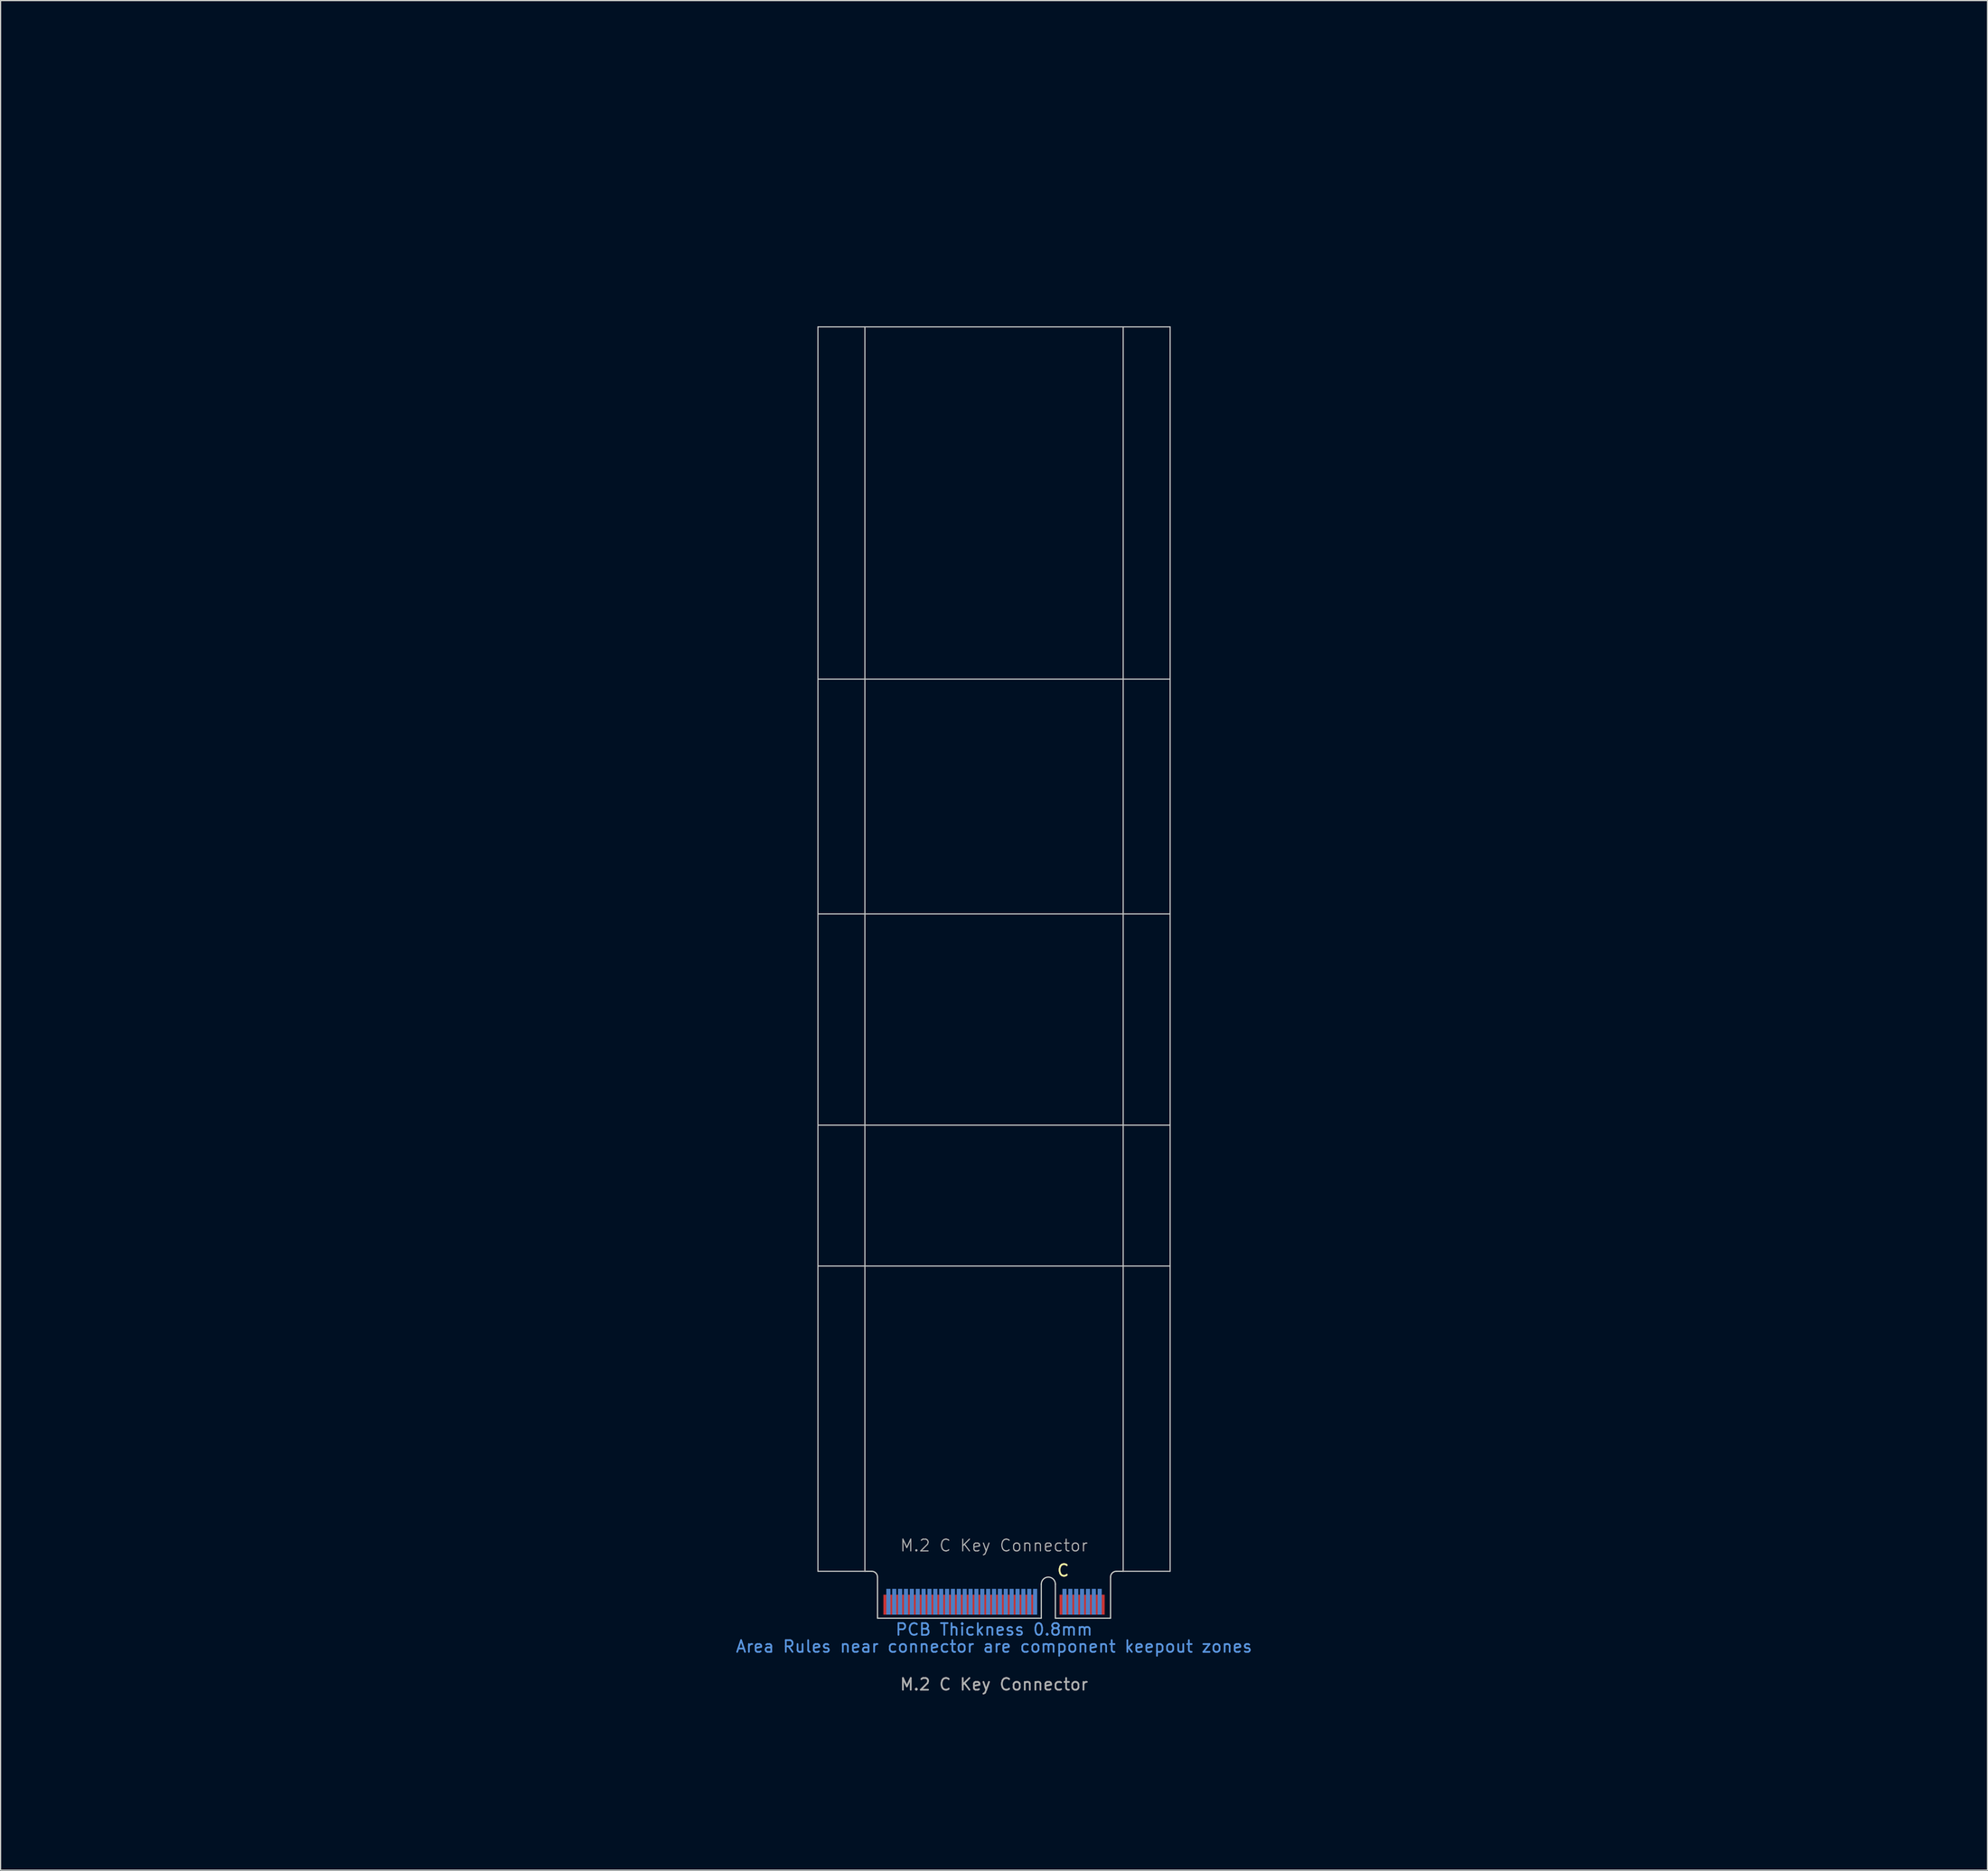
<source format=kicad_pcb>
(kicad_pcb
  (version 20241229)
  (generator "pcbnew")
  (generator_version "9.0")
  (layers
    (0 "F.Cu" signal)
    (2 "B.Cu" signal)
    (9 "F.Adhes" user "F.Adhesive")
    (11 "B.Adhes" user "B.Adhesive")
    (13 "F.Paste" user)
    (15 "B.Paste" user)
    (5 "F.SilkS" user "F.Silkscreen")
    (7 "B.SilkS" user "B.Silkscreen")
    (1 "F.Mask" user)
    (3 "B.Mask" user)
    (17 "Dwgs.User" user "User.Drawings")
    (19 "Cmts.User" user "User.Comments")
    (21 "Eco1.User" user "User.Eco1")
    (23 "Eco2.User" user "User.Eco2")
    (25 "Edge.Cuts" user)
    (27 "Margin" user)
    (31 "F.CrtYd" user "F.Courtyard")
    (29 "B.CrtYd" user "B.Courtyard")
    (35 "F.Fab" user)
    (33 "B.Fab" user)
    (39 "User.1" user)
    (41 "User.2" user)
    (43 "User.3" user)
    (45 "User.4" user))
  (footprint "M.2 C Key Connector"
    (layer "F.Cu")
    (at 81.624 133.687)
    (property "Reference" "M.2 C Key Connector" (at 0 -5.08 0) (unlocked yes) (layer "F.Fab") (effects (font (size 1 1) (thickness 0.1))))
    (attr exclude_from_pos_files exclude_from_bom)
    (fp_rect (start -9.925 -0.94) (end 9.925 1.11) (stroke (width 0) (type default)) (fill yes) (layer "F.Mask"))
    (fp_rect (start -9.925 -1.44) (end 9.925 1.11) (stroke (width 0) (type default)) (fill yes) (layer "B.Mask"))
    (fp_line (start -15 -108.89) (end 15 -108.89) (stroke (width 0.1) (type default)) (layer "Dwgs.User"))
    (fp_line (start -15 -78.89) (end 15 -78.89) (stroke (width 0.1) (type default)) (layer "Dwgs.User"))
    (fp_line (start -15 -58.89) (end 15 -58.89) (stroke (width 0.1) (type default)) (layer "Dwgs.User"))
    (fp_line (start -15 -40.89) (end 15 -40.89) (stroke (width 0.1) (type default)) (layer "Dwgs.User"))
    (fp_line (start -15 -28.89) (end 15 -28.89) (stroke (width 0.1) (type default)) (layer "Dwgs.User"))
    (fp_line (start -15 -2.89) (end -15 -108.89) (stroke (width 0.1) (type default)) (layer "Dwgs.User"))
    (fp_line (start -11 -2.89) (end -15 -2.89) (stroke (width 0.1) (type default)) (layer "Dwgs.User"))
    (fp_line (start -11 -2.89) (end -11 -108.89) (stroke (width 0.1) (type default)) (layer "Dwgs.User"))
    (fp_line (start 11 -108.89) (end 11 -2.89) (stroke (width 0.1) (type default)) (layer "Dwgs.User"))
    (fp_line (start 11 -2.89) (end 15 -2.89) (stroke (width 0.1) (type default)) (layer "Dwgs.User"))
    (fp_line (start 15 -108.89) (end 15 -2.89) (stroke (width 0.1) (type default)) (layer "Dwgs.User"))
    (fp_line (start -11 -2.89) (end -10.425 -2.89) (stroke (width 0.1) (type default)) (layer "Edge.Cuts"))
    (fp_line (start -9.925 -2.39) (end -9.925 1.11) (stroke (width 0.1) (type default)) (layer "Edge.Cuts"))
    (fp_line (start 4.025 -1.79) (end 4.025 1.11) (stroke (width 0.1) (type default)) (layer "Edge.Cuts"))
    (fp_line (start 4.025 1.11) (end -9.925 1.11) (stroke (width 0.1) (type default)) (layer "Edge.Cuts"))
    (fp_line (start 5.225 -1.79) (end 5.225 1.11) (stroke (width 0.1) (type default)) (layer "Edge.Cuts"))
    (fp_line (start 5.225 1.11) (end 9.925 1.11) (stroke (width 0.1) (type default)) (layer "Edge.Cuts"))
    (fp_line (start 9.925 -2.39) (end 9.925 1.11) (stroke (width 0.1) (type default)) (layer "Edge.Cuts"))
    (fp_line (start 10.425 -2.89) (end 11 -2.89) (stroke (width 0.1) (type default)) (layer "Edge.Cuts"))
    (fp_arc (start -10.425 -2.89) (mid -10.071447 -2.743553) (end -9.925 -2.39) (stroke (width 0.1) (type default)) (layer "Edge.Cuts"))
    (fp_arc (start 4.025 -1.79) (mid 4.625 -2.39) (end 5.225 -1.79) (stroke (width 0.1) (type default)) (layer "Edge.Cuts"))
    (fp_arc (start 9.925 -2.39) (mid 10.071447 -2.743553) (end 10.425 -2.89) (stroke (width 0.1) (type default)) (layer "Edge.Cuts"))
    (fp_line (start -0.71 -109.6) (end 0.71 -108.18) (stroke (width 0.15) (type default)) (layer "User.3"))
    (fp_line (start -0.71 -79.6) (end 0.71 -78.18) (stroke (width 0.15) (type default)) (layer "User.3"))
    (fp_line (start -0.71 -59.6) (end 0.71 -58.18) (stroke (width 0.15) (type default)) (layer "User.3"))
    (fp_line (start -0.71 -41.6) (end 0.71 -40.18) (stroke (width 0.15) (type default)) (layer "User.3"))
    (fp_line (start -0.71 -29.6) (end 0.71 -28.18) (stroke (width 0.15) (type default)) (layer "User.3"))
    (fp_line (start 0.71 -109.6) (end -0.71 -108.18) (stroke (width 0.15) (type default)) (layer "User.3"))
    (fp_line (start 0.71 -79.6) (end -0.71 -78.18) (stroke (width 0.15) (type default)) (layer "User.3"))
    (fp_line (start 0.71 -59.6) (end -0.71 -58.18) (stroke (width 0.15) (type default)) (layer "User.3"))
    (fp_line (start 0.71 -41.6) (end -0.71 -40.18) (stroke (width 0.15) (type default)) (layer "User.3"))
    (fp_line (start 0.71 -29.6) (end -0.71 -28.18) (stroke (width 0.15) (type default)) (layer "User.3"))
    (fp_rect (start -15 -108.89) (end 15 -105.09) (stroke (width 0.1) (type default)) (fill no) (layer "User.4"))
    (fp_rect (start -15 -78.89) (end 15 -75.09) (stroke (width 0.1) (type default)) (fill no) (layer "User.4"))
    (fp_rect (start -15 -58.89) (end 15 -55.09) (stroke (width 0.1) (type default)) (fill no) (layer "User.4"))
    (fp_rect (start -15 -40.89) (end 15 -37.09) (stroke (width 0.1) (type default)) (fill no) (layer "User.4"))
    (fp_rect (start -15 -28.89) (end 15 -25.09) (stroke (width 0.1) (type default)) (fill no) (layer "User.4"))
    (fp_text user "C" (at 5.29 -2.37 0) (unlocked yes) (layer "F.SilkS") (effects (font (size 1 1) (thickness 0.15)) (justify left bottom)))
    (fp_text user "PCB Thickness 0.8mm" (at 0 2.075 0) (unlocked yes) (layer "Cmts.User") (effects (font (size 1 1) (thickness 0.15))))
    (fp_text user "Area Rules near connector are component keepout zones" (at 0 3.525 0) (unlocked yes) (layer "Cmts.User") (effects (font (size 1 1) (thickness 0.15))))
    (fp_text user "${REFERENCE}" (at 0 6.75 0) (unlocked yes) (layer "F.Fab") (effects (font (size 1 1) (thickness 0.15))))
    (fp_text user "Standard 22, 30mm widths and 30, 42, 60, 80, 110mm lengths shown in Blue (User.2 Layer)" (at 0 18.055 0) (unlocked yes) (layer "User.2") (effects (font (size 2 2) (thickness 0.2))))
    (fp_text user "Place grounded \"M.2 Mounting Pad\" footprint from library on Teal (User.3 Layer) X's" (at 0 13.4 0) (unlocked yes) (layer "User.3") (effects (font (size 2 2) (thickness 0.2))))
    (fp_text user "Yellow areas (User.4 Layer) reserverd for RF recepticals or for components when no RF recepticals used." (at 0 8.83 0) (unlocked yes) (layer "User.4") (effects (font (size 2 2) (thickness 0.2))))
    (dimension (type orthogonal) (layer "User.2") (pts (xy 91.549 134.797) (xy 96.624 74.797)) (height 45.245) (orientation 1) (format (prefix "") (suffix "") (units 3) (units_format 0) (precision 4) (suppress_zeroes yes)) (style (thickness 0.1) (arrow_length 1.27) (text_position_mode 0) (arrow_direction outward) (extension_height 0.586) (extension_offset 0.5) (keep_text_aligned yes)) (gr_text "60" (at 133.494 104.797 90) (layer "User.2") (effects (font (size 3 3) (thickness 0.3)))))
    (dimension (type orthogonal) (layer "User.2") (pts (xy 66.624 23.687) (xy 96.624 23.687)) (height -17.83) (orientation 0) (format (prefix "") (suffix "") (units 3) (units_format 0) (precision 4) (suppress_zeroes yes)) (style (thickness 0.1) (arrow_length 1.27) (text_position_mode 0) (arrow_direction outward) (extension_height 0.586) (extension_offset 0.5) (keep_text_aligned yes)) (gr_text "30" (at 81.624 2.457 0) (layer "User.2") (effects (font (size 3 3) (thickness 0.4)))))
    (dimension (type orthogonal) (layer "User.2") (pts (xy 91.549 134.797) (xy 96.624 104.797)) (height 20.795) (orientation 1) (format (prefix "") (suffix "") (units 3) (units_format 0) (precision 4) (suppress_zeroes yes)) (style (thickness 0.1) (arrow_length 1.27) (text_position_mode 0) (arrow_direction outward) (extension_height 0.586) (extension_offset 0.5) (keep_text_aligned yes)) (gr_text "30" (at 109.044 119.797 90) (layer "User.2") (effects (font (size 3 3) (thickness 0.3)))))
    (dimension (type orthogonal) (layer "User.2") (pts (xy 91.549 134.797) (xy 96.624 24.797)) (height 69.74) (orientation 1) (format (prefix "") (suffix "") (units 3) (units_format 0) (precision 4) (suppress_zeroes yes)) (style (thickness 0.1) (arrow_length 1.27) (text_position_mode 0) (arrow_direction outward) (extension_height 0.586) (extension_offset 0.5) (keep_text_aligned yes)) (gr_text "110" (at 157.989 79.797 90) (layer "User.2") (effects (font (size 3 3) (thickness 0.3)))))
    (dimension (type orthogonal) (layer "User.2") (pts (xy 70.624 24.797) (xy 92.624 24.797)) (height -12.48) (orientation 0) (format (prefix "") (suffix "") (units 3) (units_format 0) (precision 4) (suppress_zeroes yes)) (style (thickness 0.1) (arrow_length 1.27) (text_position_mode 0) (arrow_direction outward) (extension_height 0.586) (extension_offset 0.5) (keep_text_aligned yes)) (gr_text "22" (at 81.624 8.917 0) (layer "User.2") (effects (font (size 3 3) (thickness 0.4)))))
    (dimension (type orthogonal) (layer "User.2") (pts (xy 91.549 134.797) (xy 96.624 92.797)) (height 32.695) (orientation 1) (format (prefix "") (suffix "") (units 3) (units_format 0) (precision 4) (suppress_zeroes yes)) (style (thickness 0.1) (arrow_length 1.27) (text_position_mode 0) (arrow_direction outward) (extension_height 0.586) (extension_offset 0.5) (keep_text_aligned yes)) (gr_text "42" (at 120.944 113.797 90) (layer "User.2") (effects (font (size 3 3) (thickness 0.3)))))
    (dimension (type orthogonal) (layer "User.2") (pts (xy 91.534 134.797) (xy 96.624 54.797)) (height 58.985) (orientation 1) (format (prefix "") (suffix "") (units 3) (units_format 0) (precision 4) (suppress_zeroes yes)) (style (thickness 0.1) (arrow_length 1.27) (text_position_mode 0) (arrow_direction outward) (extension_height 0.586) (extension_offset 0.5) (keep_text_aligned yes)) (gr_text "80" (at 147.219 94.797 90) (layer "User.2") (effects (font (size 3 3) (thickness 0.3)))))
    (pad "1" smd rect (at 9.25 -0.04 180) (size 0.35 1.7) (layers "F.Cu"))
    (pad "2" smd rect (at 9 -0.29 180) (size 0.35 2.2) (layers "B.Cu"))
    (pad "3" smd rect (at 8.75 -0.04 180) (size 0.35 1.7) (layers "F.Cu"))
    (pad "4" smd rect (at 8.5 -0.29 180) (size 0.35 2.2) (layers "B.Cu"))
    (pad "5" smd rect (at 8.25 -0.04 180) (size 0.35 1.7) (layers "F.Cu"))
    (pad "6" smd rect (at 8 -0.29 180) (size 0.35 2.2) (layers "B.Cu"))
    (pad "7" smd rect (at 7.75 -0.04 180) (size 0.35 1.7) (layers "F.Cu"))
    (pad "8" smd rect (at 7.5 -0.29 180) (size 0.35 2.2) (layers "B.Cu"))
    (pad "9" smd rect (at 7.25 -0.04 180) (size 0.35 1.7) (layers "F.Cu"))
    (pad "10" smd rect (at 7 -0.29 180) (size 0.35 2.2) (layers "B.Cu"))
    (pad "11" smd rect (at 6.75 -0.04 180) (size 0.35 1.7) (layers "F.Cu"))
    (pad "12" smd rect (at 6.5 -0.29 180) (size 0.35 2.2) (layers "B.Cu"))
    (pad "13" smd rect (at 6.25 -0.04 180) (size 0.35 1.7) (layers "F.Cu"))
    (pad "14" smd rect (at 6 -0.29 180) (size 0.35 2.2) (layers "B.Cu"))
    (pad "15" smd rect (at 5.75 -0.04 180) (size 0.35 1.7) (layers "F.Cu"))
    (pad "24" smd rect (at 3.5 -0.29 180) (size 0.35 2.2) (layers "B.Cu"))
    (pad "25" smd rect (at 3.25 -0.04 180) (size 0.35 1.7) (layers "F.Cu"))
    (pad "26" smd rect (at 3 -0.29 180) (size 0.35 2.2) (layers "B.Cu"))
    (pad "27" smd rect (at 2.75 -0.04 180) (size 0.35 1.7) (layers "F.Cu"))
    (pad "28" smd rect (at 2.5 -0.29 180) (size 0.35 2.2) (layers "B.Cu"))
    (pad "29" smd rect (at 2.25 -0.04 180) (size 0.35 1.7) (layers "F.Cu"))
    (pad "30" smd rect (at 2 -0.29 180) (size 0.35 2.2) (layers "B.Cu"))
    (pad "31" smd rect (at 1.75 -0.04 180) (size 0.35 1.7) (layers "F.Cu"))
    (pad "32" smd rect (at 1.5 -0.29 180) (size 0.35 2.2) (layers "B.Cu"))
    (pad "33" smd rect (at 1.25 -0.04 180) (size 0.35 1.7) (layers "F.Cu"))
    (pad "34" smd rect (at 1 -0.29 180) (size 0.35 2.2) (layers "B.Cu"))
    (pad "35" smd rect (at 0.75 -0.04 180) (size 0.35 1.7) (layers "F.Cu"))
    (pad "36" smd rect (at 0.5 -0.29 180) (size 0.35 2.2) (layers "B.Cu"))
    (pad "37" smd rect (at 0.25 -0.04 180) (size 0.35 1.7) (layers "F.Cu"))
    (pad "38" smd rect (at 0 -0.29 180) (size 0.35 2.2) (layers "B.Cu"))
    (pad "39" smd rect (at -0.25 -0.04 180) (size 0.35 1.7) (layers "F.Cu"))
    (pad "40" smd rect (at -0.5 -0.29 180) (size 0.35 2.2) (layers "B.Cu"))
    (pad "41" smd rect (at -0.75 -0.04 180) (size 0.35 1.7) (layers "F.Cu"))
    (pad "42" smd rect (at -1 -0.29 180) (size 0.35 2.2) (layers "B.Cu"))
    (pad "43" smd rect (at -1.25 -0.04 180) (size 0.35 1.7) (layers "F.Cu"))
    (pad "44" smd rect (at -1.5 -0.29 180) (size 0.35 2.2) (layers "B.Cu"))
    (pad "45" smd rect (at -1.75 -0.04 180) (size 0.35 1.7) (layers "F.Cu"))
    (pad "46" smd rect (at -2 -0.29 180) (size 0.35 2.2) (layers "B.Cu"))
    (pad "47" smd rect (at -2.25 -0.04 180) (size 0.35 1.7) (layers "F.Cu"))
    (pad "48" smd rect (at -2.5 -0.29 180) (size 0.35 2.2) (layers "B.Cu"))
    (pad "49" smd rect (at -2.75 -0.04 180) (size 0.35 1.7) (layers "F.Cu"))
    (pad "50" smd rect (at -3 -0.29 180) (size 0.35 2.2) (layers "B.Cu"))
    (pad "51" smd rect (at -3.25 -0.04 180) (size 0.35 1.7) (layers "F.Cu"))
    (pad "52" smd rect (at -3.5 -0.29 180) (size 0.35 2.2) (layers "B.Cu"))
    (pad "53" smd rect (at -3.75 -0.04 180) (size 0.35 1.7) (layers "F.Cu"))
    (pad "54" smd rect (at -4 -0.29 180) (size 0.35 2.2) (layers "B.Cu"))
    (pad "55" smd rect (at -4.25 -0.04 180) (size 0.35 1.7) (layers "F.Cu"))
    (pad "56" smd rect (at -4.5 -0.29 180) (size 0.35 2.2) (layers "B.Cu"))
    (pad "57" smd rect (at -4.75 -0.04 180) (size 0.35 1.7) (layers "F.Cu"))
    (pad "58" smd rect (at -5 -0.29 180) (size 0.35 2.2) (layers "B.Cu"))
    (pad "59" smd rect (at -5.25 -0.04 180) (size 0.35 1.7) (layers "F.Cu"))
    (pad "60" smd rect (at -5.5 -0.29 180) (size 0.35 2.2) (layers "B.Cu"))
    (pad "61" smd rect (at -5.75 -0.04 180) (size 0.35 1.7) (layers "F.Cu"))
    (pad "62" smd rect (at -6 -0.29 180) (size 0.35 2.2) (layers "B.Cu"))
    (pad "63" smd rect (at -6.25 -0.04 180) (size 0.35 1.7) (layers "F.Cu"))
    (pad "64" smd rect (at -6.5 -0.29 180) (size 0.35 2.2) (layers "B.Cu"))
    (pad "65" smd rect (at -6.75 -0.04 180) (size 0.35 1.7) (layers "F.Cu"))
    (pad "66" smd rect (at -7 -0.29 180) (size 0.35 2.2) (layers "B.Cu"))
    (pad "67" smd rect (at -7.25 -0.04 180) (size 0.35 1.7) (layers "F.Cu"))
    (pad "68" smd rect (at -7.5 -0.29 180) (size 0.35 2.2) (layers "B.Cu"))
    (pad "69" smd rect (at -7.75 -0.04 180) (size 0.35 1.7) (layers "F.Cu"))
    (pad "70" smd rect (at -8 -0.29 180) (size 0.35 2.2) (layers "B.Cu"))
    (pad "71" smd rect (at -8.25 -0.04 180) (size 0.35 1.7) (layers "F.Cu"))
    (pad "72" smd rect (at -8.5 -0.29 180) (size 0.35 2.2) (layers "B.Cu"))
    (pad "73" smd rect (at -8.75 -0.04 180) (size 0.35 1.7) (layers "F.Cu"))
    (pad "74" smd rect (at -9 -0.29 180) (size 0.35 2.2) (layers "B.Cu"))
    (pad "75" smd rect (at -9.25 -0.04 180) (size 0.35 1.7) (layers "F.Cu"))
    (zone (net_name "") (layer "F.Cu") (name "Front Component Keepout") (hatch full 0.5) (connect_pads) (min_thickness 0.25) (filled_areas_thickness no) (keepout (tracks allowed) (vias allowed) (pads allowed) (copperpour allowed) (footprints not_allowed)) (placement (enabled no)) (fill) (polygon (pts (xy 96.624 130.797) (xy 96.624 134.797) (xy 66.624 134.797) (xy 66.624 130.797))))
    (zone (net_name "") (layer "B.Cu") (name "Rear Component Keepout") (hatch full 0.5) (connect_pads) (min_thickness 0.25) (filled_areas_thickness no) (keepout (tracks allowed) (vias allowed) (pads allowed) (copperpour allowed) (footprints not_allowed)) (placement (enabled no)) (fill) (polygon (pts (xy 96.624 134.797) (xy 96.624 129.597) (xy 66.624 129.597) (xy 66.624 134.797)))))
  (gr_rect
    (start -3 -3)
    (end 166.248 156.263)
    (stroke (width 0.1) (type default))
    (fill no)
    (layer "Edge.Cuts")))
</source>
